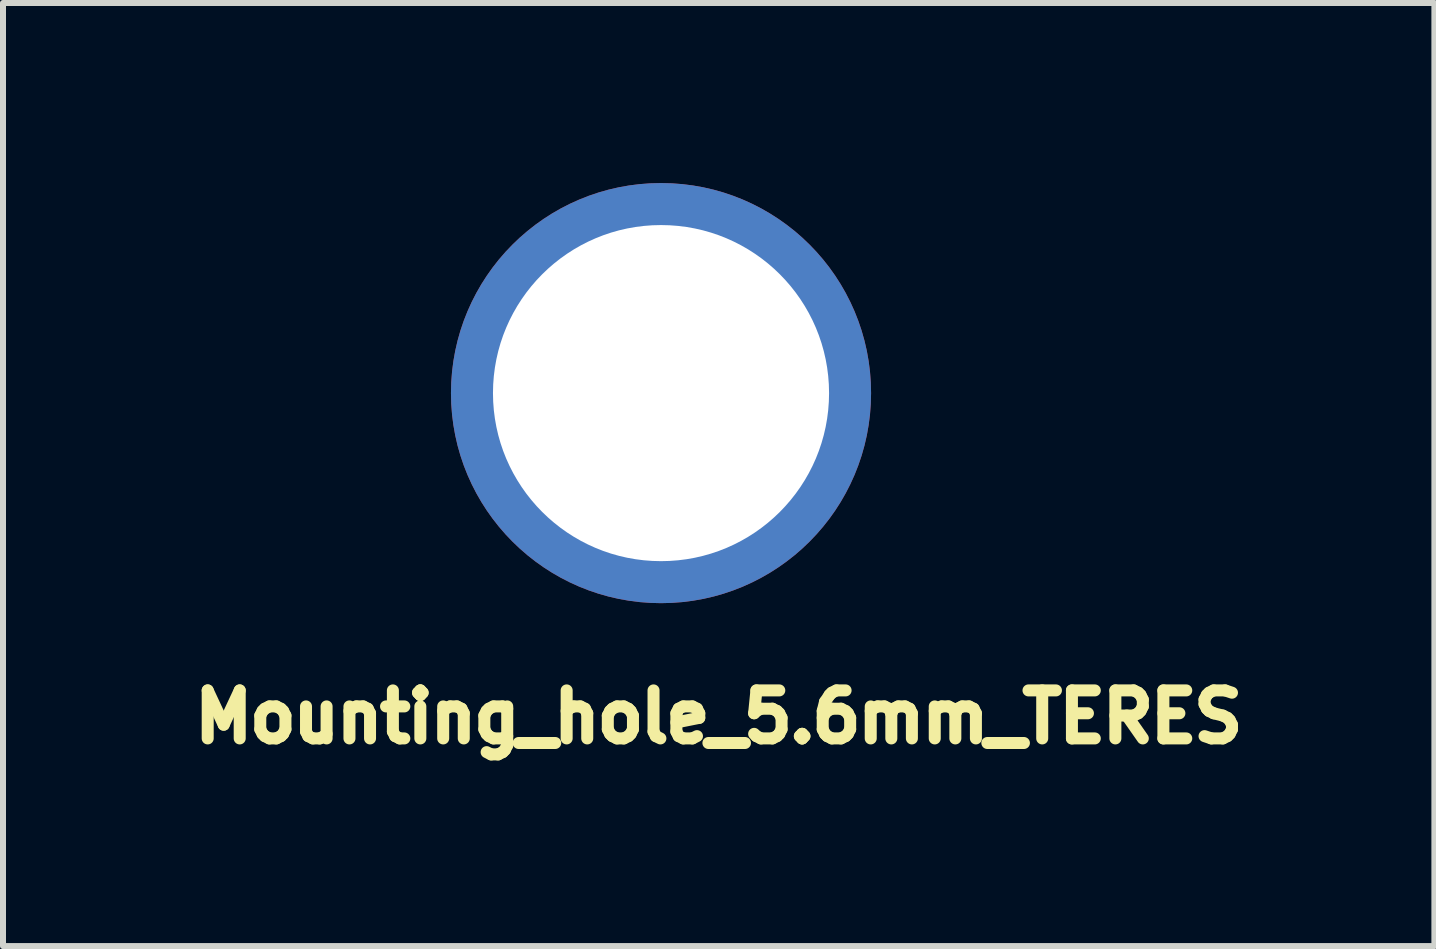
<source format=kicad_pcb>
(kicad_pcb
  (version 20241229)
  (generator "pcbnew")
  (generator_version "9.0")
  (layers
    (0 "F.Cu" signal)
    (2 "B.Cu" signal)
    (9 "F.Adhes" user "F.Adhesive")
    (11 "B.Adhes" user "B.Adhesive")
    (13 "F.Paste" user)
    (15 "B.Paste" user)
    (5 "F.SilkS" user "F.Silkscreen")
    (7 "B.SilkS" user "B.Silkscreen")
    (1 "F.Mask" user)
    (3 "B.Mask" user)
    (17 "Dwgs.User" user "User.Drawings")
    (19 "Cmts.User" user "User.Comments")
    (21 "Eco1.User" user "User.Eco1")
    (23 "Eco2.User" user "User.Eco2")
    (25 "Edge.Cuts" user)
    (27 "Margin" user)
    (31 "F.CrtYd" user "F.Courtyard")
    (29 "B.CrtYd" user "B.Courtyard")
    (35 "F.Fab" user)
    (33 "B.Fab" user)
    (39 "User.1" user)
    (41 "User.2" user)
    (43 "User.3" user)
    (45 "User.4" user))
  (footprint "Mounting_hole_5.6mm_TERES"
    (layer "F.Cu")
    (at 7.964 3.5)
    (property "Reference" "Mounting_hole_5.6mm_TERES" (at 0.961 5.394 0) (layer "F.SilkS") (effects (font (size 0.8 0.8) (thickness 0.2))))
    (attr through_hole)
    (pad "" thru_hole circle (at 0 0) (size 7 7) (drill 5.6) (layers "*.Cu" "*.Mask")))
  (gr_rect
    (start -3 -3)
    (end 20.85 12.713)
    (stroke (width 0.1) (type default))
    (fill no)
    (layer "Edge.Cuts")))
</source>
